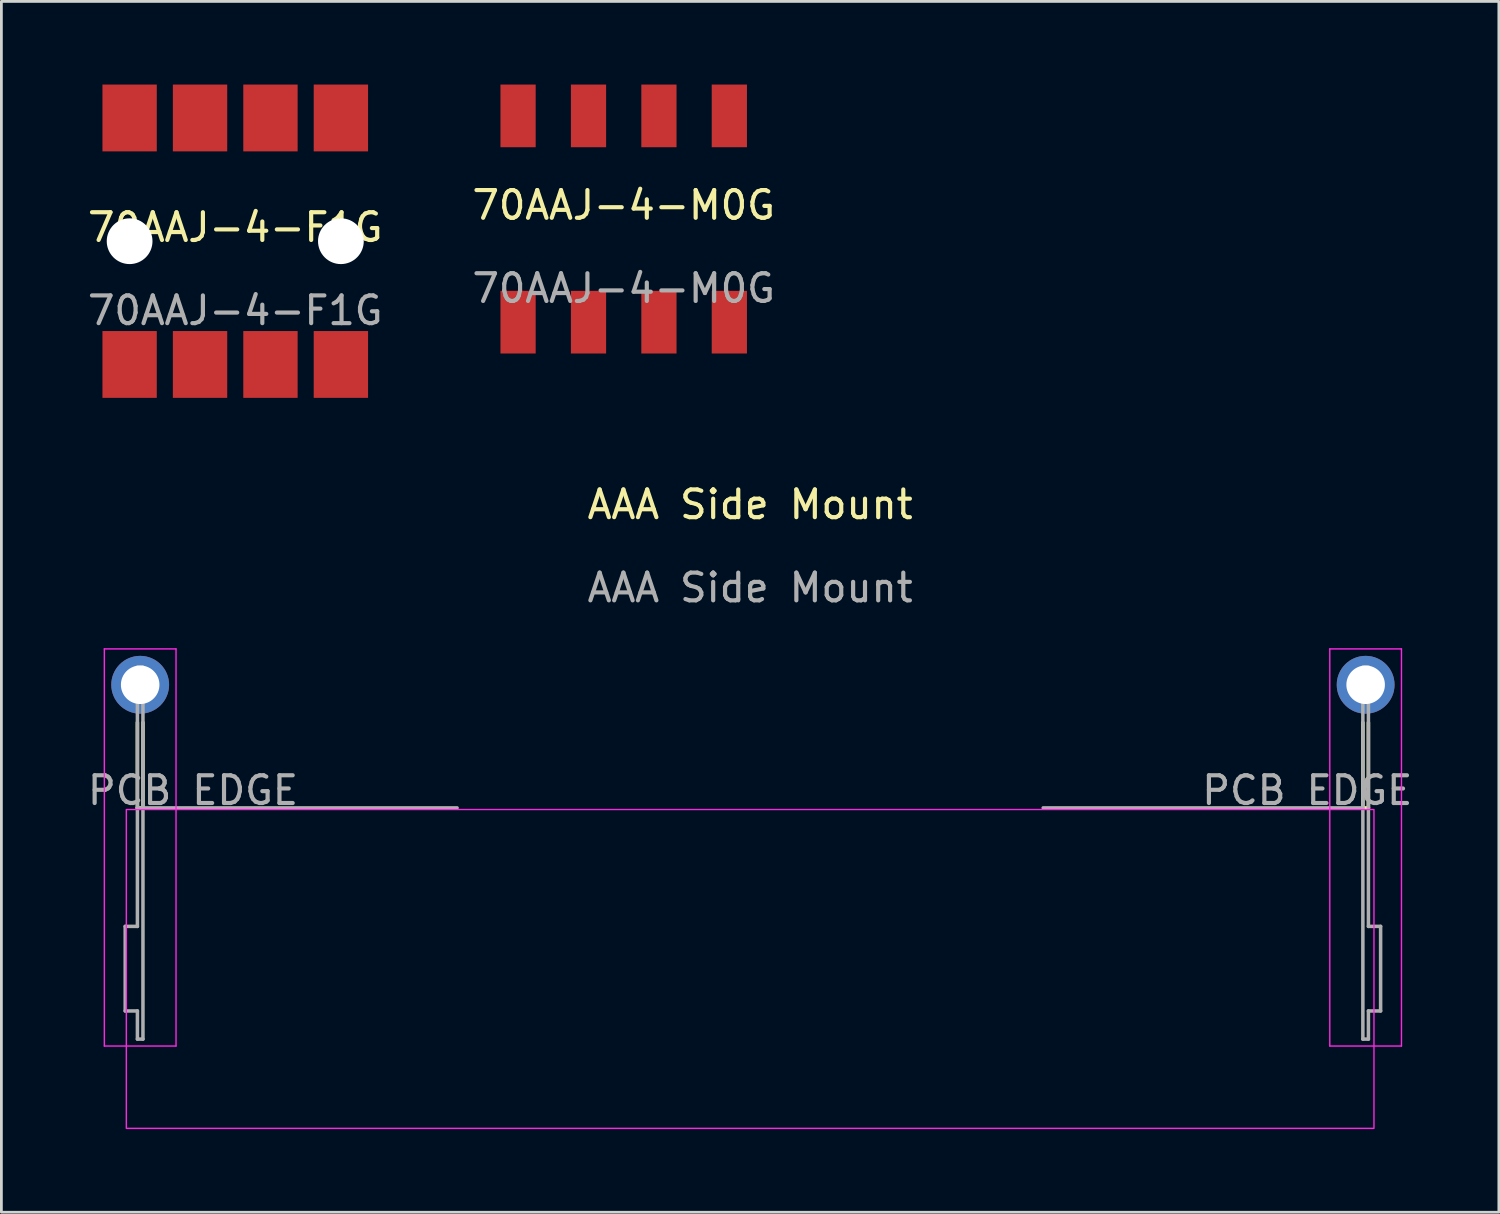
<source format=kicad_pcb>
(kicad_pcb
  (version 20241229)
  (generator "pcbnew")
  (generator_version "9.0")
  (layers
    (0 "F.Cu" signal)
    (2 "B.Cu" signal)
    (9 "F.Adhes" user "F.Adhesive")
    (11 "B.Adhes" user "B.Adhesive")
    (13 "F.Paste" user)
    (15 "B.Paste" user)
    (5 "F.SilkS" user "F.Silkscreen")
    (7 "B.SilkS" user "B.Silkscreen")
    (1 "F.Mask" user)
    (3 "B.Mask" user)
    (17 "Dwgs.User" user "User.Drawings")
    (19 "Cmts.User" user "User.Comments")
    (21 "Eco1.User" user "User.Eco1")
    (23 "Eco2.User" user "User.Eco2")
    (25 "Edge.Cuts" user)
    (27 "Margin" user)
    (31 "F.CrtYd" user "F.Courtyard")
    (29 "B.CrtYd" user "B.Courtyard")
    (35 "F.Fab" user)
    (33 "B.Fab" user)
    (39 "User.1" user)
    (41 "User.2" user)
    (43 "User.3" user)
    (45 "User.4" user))
  (footprint "70AAJ-4-F1G"
    (layer "F.Cu")
    (at 5.435 5.65)
    (property "Reference" "70AAJ-4-F1G" (at 0 -0.5 0) (unlocked yes) (layer "F.SilkS") (effects (font (size 1 1) (thickness 0.15))))
    (attr smd)
    (fp_line (start 0 0) (end -3.81 0) (stroke (width 0.12) (type default)) (layer "User.1"))
    (fp_line (start 3.81 0) (end 0 0) (stroke (width 0.12) (type default)) (layer "User.1"))
    (fp_text user "${REFERENCE}" (at 0 2.5 0) (unlocked yes) (layer "F.Fab") (effects (font (size 1 1) (thickness 0.15))))
    (pad "" np_thru_hole circle (at -3.81 0) (size 1.65 1.65) (drill 1.65) (layers "*.Cu" "*.Mask"))
    (pad "" np_thru_hole circle (at 3.81 0) (size 1.65 1.65) (drill 1.65) (layers "*.Cu" "*.Mask"))
    (pad "1" smd rect (at -3.81 -4.445) (size 1.96 2.41) (layers "F.Cu" "F.Mask" "F.Paste"))
    (pad "1" smd rect (at -3.81 4.445) (size 1.96 2.41) (layers "F.Cu" "F.Mask" "F.Paste"))
    (pad "2" smd rect (at -1.27 -4.445) (size 1.96 2.41) (layers "F.Cu" "F.Mask" "F.Paste"))
    (pad "2" smd rect (at -1.27 4.445) (size 1.96 2.41) (layers "F.Cu" "F.Mask" "F.Paste"))
    (pad "3" smd rect (at 1.27 -4.445) (size 1.96 2.41) (layers "F.Cu" "F.Mask" "F.Paste"))
    (pad "3" smd rect (at 1.27 4.445) (size 1.96 2.41) (layers "F.Cu" "F.Mask" "F.Paste"))
    (pad "4" smd rect (at 3.81 -4.445) (size 1.96 2.41) (layers "F.Cu" "F.Mask" "F.Paste"))
    (pad "4" smd rect (at 3.81 4.445) (size 1.96 2.41) (layers "F.Cu" "F.Mask" "F.Paste")))
  (footprint "AAA Side Mount"
    (layer "F.Cu")
    (at 24.006 15.648)
    (property "Reference" "AAA Side Mount" (at 0 -0.5 0) (unlocked yes) (layer "F.SilkS") (effects (font (size 1 1) (thickness 0.15))))
    (attr through_hole)
    (fp_line (start -22.1 10.44) (end -22.1 7.362) (stroke (width 0.127) (type solid)) (layer "F.SilkS"))
    (fp_line (start -22.1 10.44) (end -21.9 10.44) (stroke (width 0.127) (type solid)) (layer "F.SilkS"))
    (fp_line (start -21.9 10.44) (end -21.9 7.362) (stroke (width 0.127) (type solid)) (layer "F.SilkS"))
    (fp_line (start 22.1 10.44) (end 22.1 7.362) (stroke (width 0.127) (type solid)) (layer "F.SilkS"))
    (fp_line (start 22.3 10.44) (end 22.1 10.44) (stroke (width 0.127) (type solid)) (layer "F.SilkS"))
    (fp_line (start 22.3 10.44) (end 22.3 7.362) (stroke (width 0.127) (type solid)) (layer "F.SilkS"))
    (fp_line (start -23.293 4.707) (end -23.293 19.03) (stroke (width 0.05) (type solid)) (layer "F.CrtYd"))
    (fp_line (start -23.293 19.03) (end -20.707 19.03) (stroke (width 0.05) (type solid)) (layer "F.CrtYd"))
    (fp_line (start -20.707 4.707) (end -23.293 4.707) (stroke (width 0.05) (type solid)) (layer "F.CrtYd"))
    (fp_line (start -20.707 19.03) (end -20.707 4.707) (stroke (width 0.05) (type solid)) (layer "F.CrtYd"))
    (fp_line (start 20.907 4.707) (end 23.492 4.707) (stroke (width 0.05) (type solid)) (layer "F.CrtYd"))
    (fp_line (start 20.907 19.03) (end 20.907 4.707) (stroke (width 0.05) (type solid)) (layer "F.CrtYd"))
    (fp_line (start 23.492 4.707) (end 23.492 19.03) (stroke (width 0.05) (type solid)) (layer "F.CrtYd"))
    (fp_line (start 23.492 19.03) (end 20.907 19.03) (stroke (width 0.05) (type solid)) (layer "F.CrtYd"))
    (fp_rect (start -22.5 10.5) (end 22.5 22) (stroke (width 0.05) (type default)) (fill no) (layer "F.CrtYd"))
    (fp_line (start -22.54 14.715) (end -22.1 14.715) (stroke (width 0.127) (type solid)) (layer "F.Fab"))
    (fp_line (start -22.54 17.765) (end -22.54 14.715) (stroke (width 0.127) (type solid)) (layer "F.Fab"))
    (fp_line (start -22.1 5.37) (end -21.9 5.37) (stroke (width 0.127) (type solid)) (layer "F.Fab"))
    (fp_line (start -22.1 10.44) (end -22.1 5.37) (stroke (width 0.127) (type solid)) (layer "F.Fab"))
    (fp_line (start -22.1 10.44) (end -10.57 10.44) (stroke (width 0.127) (type solid)) (layer "F.Fab"))
    (fp_line (start -22.1 14.715) (end -22.1 10.44) (stroke (width 0.127) (type solid)) (layer "F.Fab"))
    (fp_line (start -22.1 17.765) (end -22.54 17.765) (stroke (width 0.127) (type solid)) (layer "F.Fab"))
    (fp_line (start -22.1 18.78) (end -22.1 17.765) (stroke (width 0.127) (type solid)) (layer "F.Fab"))
    (fp_line (start -21.9 5.37) (end -21.9 18.78) (stroke (width 0.127) (type solid)) (layer "F.Fab"))
    (fp_line (start -21.9 18.78) (end -22.1 18.78) (stroke (width 0.127) (type solid)) (layer "F.Fab"))
    (fp_line (start 22.1 5.37) (end 22.1 18.78) (stroke (width 0.127) (type solid)) (layer "F.Fab"))
    (fp_line (start 22.1 10.44) (end 10.57 10.44) (stroke (width 0.127) (type solid)) (layer "F.Fab"))
    (fp_line (start 22.1 18.78) (end 22.3 18.78) (stroke (width 0.127) (type solid)) (layer "F.Fab"))
    (fp_line (start 22.3 5.37) (end 22.1 5.37) (stroke (width 0.127) (type solid)) (layer "F.Fab"))
    (fp_line (start 22.3 10.44) (end 22.3 5.37) (stroke (width 0.127) (type solid)) (layer "F.Fab"))
    (fp_line (start 22.3 14.715) (end 22.3 10.44) (stroke (width 0.127) (type solid)) (layer "F.Fab"))
    (fp_line (start 22.3 17.765) (end 22.74 17.765) (stroke (width 0.127) (type solid)) (layer "F.Fab"))
    (fp_line (start 22.3 18.78) (end 22.3 17.765) (stroke (width 0.127) (type solid)) (layer "F.Fab"))
    (fp_line (start 22.74 14.715) (end 22.3 14.715) (stroke (width 0.127) (type solid)) (layer "F.Fab"))
    (fp_line (start 22.74 17.765) (end 22.74 14.715) (stroke (width 0.127) (type solid)) (layer "F.Fab"))
    (fp_line (start 0 6) (end -22 6) (stroke (width 0.12) (type default)) (layer "User.1"))
    (fp_line (start 0 6) (end 22 6) (stroke (width 0.12) (type default)) (layer "User.1"))
    (fp_text user "${REFERENCE}" (at 0 2.5 0) (unlocked yes) (layer "F.Fab") (effects (font (size 1 1) (thickness 0.15))))
    (fp_text user "PCB EDGE" (at 20.095 9.81 0) (layer "F.Fab") (effects (font (size 1 1) (thickness 0.15))))
    (fp_text user "PCB EDGE" (at -20.095 9.81 0) (layer "F.Fab") (effects (font (size 1 1) (thickness 0.15))))
    (pad "1" thru_hole circle (at 22.2 6) (size 2.085 2.085) (drill 1.39) (layers "*.Cu" "*.Mask"))
    (pad "2" thru_hole circle (at -22 6) (size 2.085 2.085) (drill 1.39) (layers "*.Cu" "*.Mask")))
  (footprint "70AAJ-4-M0G"
    (layer "F.Cu")
    (at 19.446 4.85)
    (property "Reference" "70AAJ-4-M0G" (at 0 -0.5 0) (unlocked yes) (layer "F.SilkS") (effects (font (size 1 1) (thickness 0.15))))
    (attr smd)
    (fp_line (start 0 0) (end -3.81 0) (stroke (width 0.12) (type default)) (layer "User.1"))
    (fp_line (start 3.81 0) (end 0 0) (stroke (width 0.12) (type default)) (layer "User.1"))
    (fp_text user "${REFERENCE}" (at 0 2.5 0) (unlocked yes) (layer "F.Fab") (effects (font (size 1 1) (thickness 0.15))))
    (pad "1" smd rect (at -3.81 -3.72) (size 1.27 2.26) (layers "F.Cu" "F.Mask" "F.Paste"))
    (pad "1" smd rect (at -3.81 3.72) (size 1.27 2.26) (layers "F.Cu" "F.Mask" "F.Paste"))
    (pad "2" smd rect (at -1.27 -3.72) (size 1.27 2.26) (layers "F.Cu" "F.Mask" "F.Paste"))
    (pad "2" smd rect (at -1.27 3.72) (size 1.27 2.26) (layers "F.Cu" "F.Mask" "F.Paste"))
    (pad "3" smd rect (at 1.27 -3.72) (size 1.27 2.26) (layers "F.Cu" "F.Mask" "F.Paste"))
    (pad "3" smd rect (at 1.27 3.72) (size 1.27 2.26) (layers "F.Cu" "F.Mask" "F.Paste"))
    (pad "4" smd rect (at 3.81 -3.72) (size 1.27 2.26) (layers "F.Cu" "F.Mask" "F.Paste"))
    (pad "4" smd rect (at 3.81 3.72) (size 1.27 2.26) (layers "F.Cu" "F.Mask" "F.Paste")))
  (gr_rect
    (start -3 -3)
    (end 51.011 40.673)
    (stroke (width 0.1) (type default))
    (fill no)
    (layer "Edge.Cuts")))
</source>
